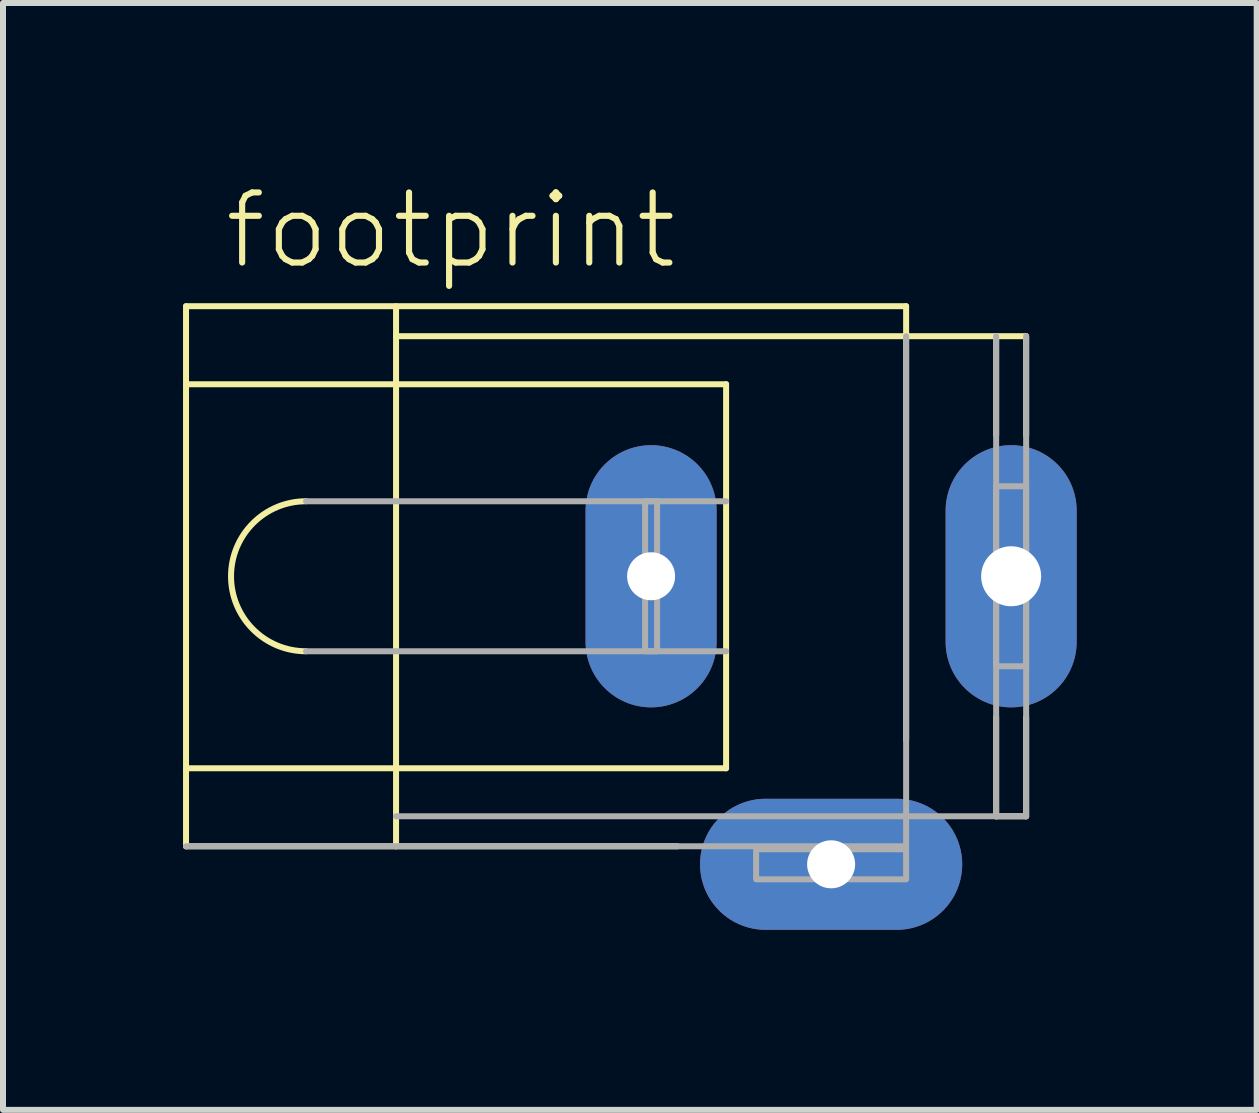
<source format=kicad_pcb>
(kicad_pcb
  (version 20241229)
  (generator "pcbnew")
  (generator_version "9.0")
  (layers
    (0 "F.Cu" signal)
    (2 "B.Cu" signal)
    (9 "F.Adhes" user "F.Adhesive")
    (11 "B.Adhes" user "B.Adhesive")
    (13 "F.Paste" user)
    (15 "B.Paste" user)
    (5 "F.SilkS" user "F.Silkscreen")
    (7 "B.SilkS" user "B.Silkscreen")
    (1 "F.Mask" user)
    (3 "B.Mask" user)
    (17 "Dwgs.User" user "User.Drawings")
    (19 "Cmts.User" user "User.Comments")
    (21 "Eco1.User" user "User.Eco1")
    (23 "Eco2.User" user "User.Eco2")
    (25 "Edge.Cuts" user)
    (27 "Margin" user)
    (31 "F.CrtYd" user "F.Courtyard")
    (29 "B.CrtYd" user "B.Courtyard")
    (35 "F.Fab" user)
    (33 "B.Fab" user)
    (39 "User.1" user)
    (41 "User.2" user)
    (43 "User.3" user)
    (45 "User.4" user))
  (footprint "footprint"
    (layer "F.Cu")
    (at 10.8 6.553)
    (property "Reference" "footprint" (at -10.16 -5.08 0) (layer "F.SilkS") (effects (font (size 1.168 1.168) (thickness 0.102)) (justify left bottom)))
    (fp_line (start -10.75 -4.5) (end 1.25 -4.5) (stroke (width 0.1) (type solid)) (layer "F.SilkS"))
    (fp_line (start -10.75 -3.2) (end -10.75 -4.5) (stroke (width 0.1) (type solid)) (layer "F.SilkS"))
    (fp_line (start -10.75 -3.2) (end -1.75 -3.2) (stroke (width 0.1) (type solid)) (layer "F.SilkS"))
    (fp_line (start -10.75 3.2) (end -10.75 -3.2) (stroke (width 0.1) (type solid)) (layer "F.SilkS"))
    (fp_line (start -10.75 3.2) (end -1.75 3.2) (stroke (width 0.1) (type solid)) (layer "F.SilkS"))
    (fp_line (start -10.75 4.5) (end -10.75 3.2) (stroke (width 0.1) (type solid)) (layer "F.SilkS"))
    (fp_line (start -10.75 4.5) (end -2.56 4.5) (stroke (width 0.1) (type solid)) (layer "F.SilkS"))
    (fp_line (start -7.25 -4) (end -7.25 -4.5) (stroke (width 0.1) (type solid)) (layer "F.SilkS"))
    (fp_line (start -7.25 -4) (end 1.25 -4) (stroke (width 0.1) (type solid)) (layer "F.SilkS"))
    (fp_line (start -7.25 4.5) (end -7.25 -4) (stroke (width 0.1) (type solid)) (layer "F.SilkS"))
    (fp_line (start -1.75 -1.25) (end -1.75 -3.2) (stroke (width 0.1) (type solid)) (layer "F.SilkS"))
    (fp_line (start -1.75 1.25) (end -1.75 -1.25) (stroke (width 0.1) (type solid)) (layer "F.SilkS"))
    (fp_line (start -1.75 3.2) (end -1.75 1.25) (stroke (width 0.1) (type solid)) (layer "F.SilkS"))
    (fp_line (start 1.25 -4) (end 1.25 -4.5) (stroke (width 0.1) (type solid)) (layer "F.SilkS"))
    (fp_line (start 1.25 -4) (end 2.75 -4) (stroke (width 0.1) (type solid)) (layer "F.SilkS"))
    (fp_line (start 1.25 2.73) (end 1.25 -4) (stroke (width 0.1) (type solid)) (layer "F.SilkS"))
    (fp_line (start 2.75 -4) (end 3.25 -4) (stroke (width 0.1) (type solid)) (layer "F.SilkS"))
    (fp_line (start 2.75 -2.35) (end 2.75 -4) (stroke (width 0.1) (type solid)) (layer "F.SilkS"))
    (fp_line (start 2.75 4) (end 2.75 2.35) (stroke (width 0.1) (type solid)) (layer "F.SilkS"))
    (fp_line (start 2.75 4) (end 3.25 4) (stroke (width 0.1) (type solid)) (layer "F.SilkS"))
    (fp_line (start 3.25 -2.35) (end 3.25 -4) (stroke (width 0.1) (type solid)) (layer "F.SilkS"))
    (fp_line (start 3.25 4) (end 3.25 2.35) (stroke (width 0.1) (type solid)) (layer "F.SilkS"))
    (fp_arc (start -8.75 1.25) (mid -10 0) (end -8.75 -1.25) (stroke (width 0.1) (type solid)) (layer "F.SilkS"))
    (fp_line (start -10.75 4.5) (end 1.25 4.5) (stroke (width 0.1) (type solid)) (layer "F.Fab"))
    (fp_line (start -8.75 -1.25) (end -1.75 -1.25) (stroke (width 0.1) (type solid)) (layer "F.Fab"))
    (fp_line (start -8.75 1.25) (end -1.75 1.25) (stroke (width 0.1) (type solid)) (layer "F.Fab"))
    (fp_line (start -7.25 4) (end 1.25 4) (stroke (width 0.1) (type solid)) (layer "F.Fab"))
    (fp_line (start 1.25 4) (end 1.25 -4) (stroke (width 0.1) (type solid)) (layer "F.Fab"))
    (fp_line (start 1.25 4) (end 2.75 4) (stroke (width 0.1) (type solid)) (layer "F.Fab"))
    (fp_line (start 1.25 4.5) (end 1.25 4) (stroke (width 0.1) (type solid)) (layer "F.Fab"))
    (fp_line (start 2.75 4) (end 2.75 -4) (stroke (width 0.1) (type solid)) (layer "F.Fab"))
    (fp_line (start 2.75 4) (end 3.25 4) (stroke (width 0.1) (type solid)) (layer "F.Fab"))
    (fp_line (start 3.25 4) (end 3.25 -4) (stroke (width 0.1) (type solid)) (layer "F.Fab"))
    (fp_poly (pts (xy -3.1 1.25) (xy -2.9 1.25) (xy -2.9 -1.25) (xy -3.1 -1.25)) (stroke (width 0.1) (type solid)) (fill no) (layer "F.Fab"))
    (fp_poly (pts (xy -1.25 5.05) (xy 1.25 5.05) (xy 1.25 4.55) (xy -1.25 4.55)) (stroke (width 0.1) (type solid)) (fill no) (layer "F.Fab"))
    (fp_poly (pts (xy 2.75 1.5) (xy 3.25 1.5) (xy 3.25 -1.5) (xy 2.75 -1.5)) (stroke (width 0.1) (type solid)) (fill no) (layer "F.Fab"))
    (pad "1" thru_hole oval (at -3 0 90) (size 4.369 2.184) (drill 0.8) (layers "*.Cu" "*.Mask"))
    (pad "2" thru_hole oval (at 0 4.8) (size 4.369 2.184) (drill 0.8) (layers "*.Cu" "*.Mask"))
    (pad "3" thru_hole oval (at 3 0 90) (size 4.369 2.184) (drill 1) (layers "*.Cu" "*.Mask")))
  (gr_rect
    (start -3 -3)
    (end 17.892 15.445)
    (stroke (width 0.1) (type default))
    (fill no)
    (layer "Edge.Cuts")))
</source>
